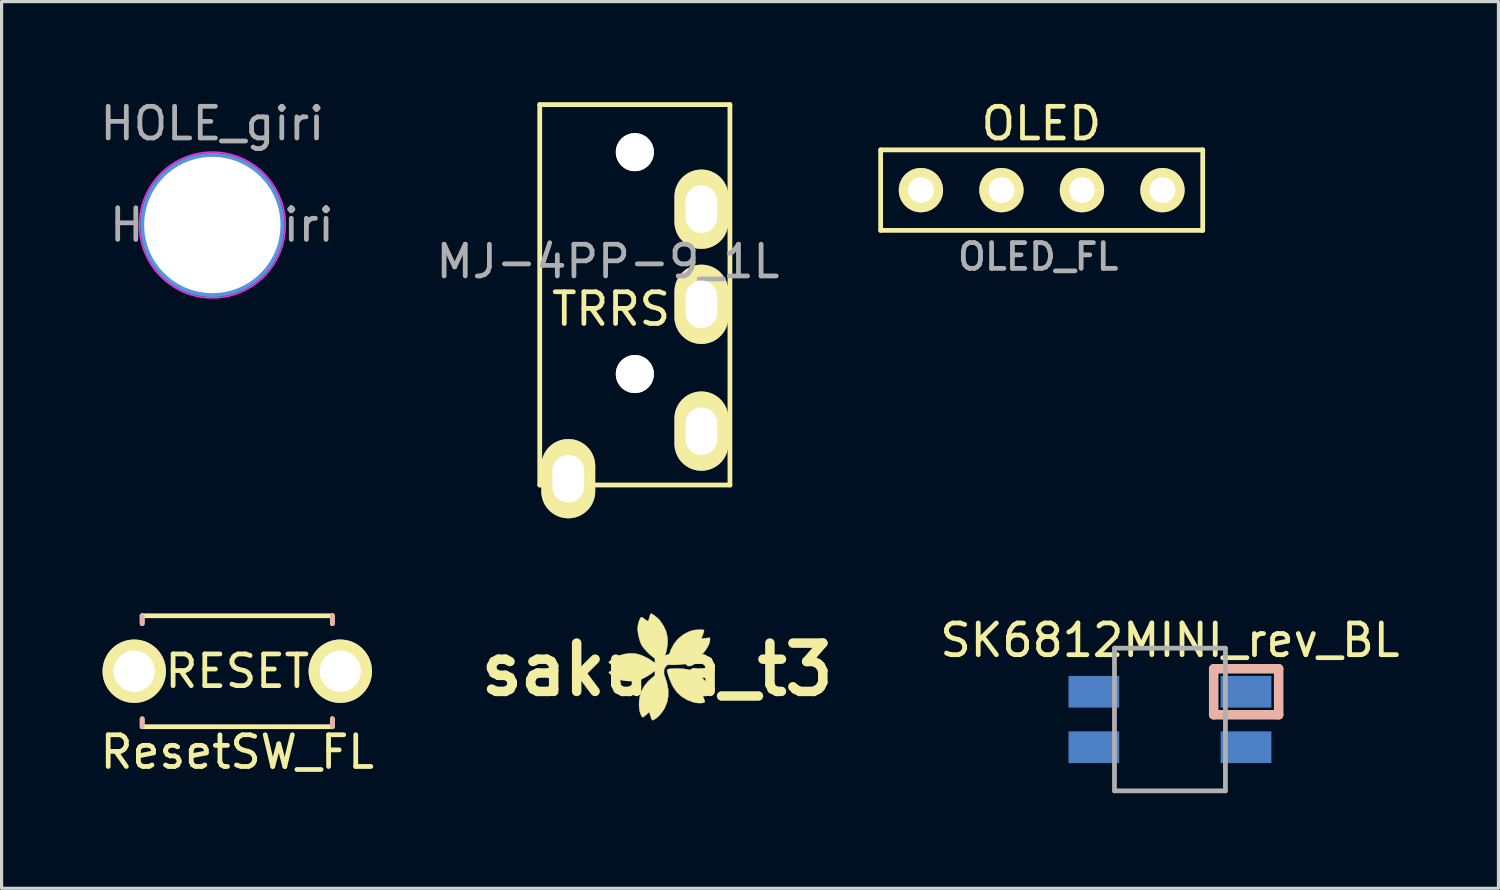
<source format=kicad_pcb>
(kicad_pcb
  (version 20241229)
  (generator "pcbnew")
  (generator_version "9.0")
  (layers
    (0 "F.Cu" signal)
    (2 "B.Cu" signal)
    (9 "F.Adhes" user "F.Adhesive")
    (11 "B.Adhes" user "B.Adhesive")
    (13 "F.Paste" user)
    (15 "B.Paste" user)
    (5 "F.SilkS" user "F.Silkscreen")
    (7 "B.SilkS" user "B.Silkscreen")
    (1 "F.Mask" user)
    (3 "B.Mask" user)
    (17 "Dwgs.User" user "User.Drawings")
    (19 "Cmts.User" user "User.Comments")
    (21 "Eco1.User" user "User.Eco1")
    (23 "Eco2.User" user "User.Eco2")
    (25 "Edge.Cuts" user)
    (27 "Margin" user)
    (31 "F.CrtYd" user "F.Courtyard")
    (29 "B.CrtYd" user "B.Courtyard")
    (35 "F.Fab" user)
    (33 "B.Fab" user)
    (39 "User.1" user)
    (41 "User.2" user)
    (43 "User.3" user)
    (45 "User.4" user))
  (footprint "OLED_FL"
    (layer "F.Cu")
    (at 26.002 2.948)
    (property "Reference" "OLED_FL" (at 3.7 2.1 180) (layer "F.Fab") (effects (font (size 0.813 0.813) (thickness 0.15))))
    (attr through_hole)
    (fp_line (start -1.27 -1.27) (end 8.89 -1.27) (stroke (width 0.15) (type solid)) (layer "F.SilkS"))
    (fp_line (start -1.27 1.27) (end -1.27 -1.27) (stroke (width 0.15) (type solid)) (layer "F.SilkS"))
    (fp_line (start -1.27 1.27) (end 8.89 1.27) (stroke (width 0.15) (type solid)) (layer "F.SilkS"))
    (fp_line (start 8.89 -1.27) (end 8.89 1.27) (stroke (width 0.15) (type solid)) (layer "F.SilkS"))
    (fp_text user "OLED" (at 3.8 -2.1 0) (layer "F.SilkS") (effects (font (size 1 1) (thickness 0.15))))
    (pad "1" thru_hole circle (at 0 0) (size 1.397 1.397) (drill 0.813) (layers "*.Cu" "*.Mask" "F.SilkS"))
    (pad "2" thru_hole circle (at 2.54 0) (size 1.397 1.397) (drill 0.813) (layers "*.Cu" "*.Mask" "F.SilkS"))
    (pad "3" thru_hole circle (at 5.08 0) (size 1.397 1.397) (drill 0.813) (layers "*.Cu" "*.Mask" "F.SilkS"))
    (pad "4" thru_hole circle (at 7.62 0) (size 1.397 1.397) (drill 0.813) (layers "*.Cu" "*.Mask" "F.SilkS")))
  (footprint "sakura_t3"
    (layer "F.Cu")
    (at 18.032 17.922)
    (property "Reference" "sakura_t3" (at -0.35 0.15 0) (layer "F.SilkS") (effects (font (size 1.524 1.524) (thickness 0.3))))
    (attr through_hole)
    (fp_poly (pts (xy -1.043 -0.356) (xy -1.013 -0.351) (xy -0.822 -0.293) (xy -0.631 -0.2) (xy -0.451 -0.08) (xy -0.377 -0.017) (xy -0.29 0.062) (xy -0.36 0.135) (xy -0.452 0.217) (xy -0.572 0.303) (xy -0.706 0.385) (xy -0.817 0.442) (xy -0.897 0.477) (xy -0.967 0.497) (xy -1.045 0.509) (xy -1.147 0.514) (xy -1.149 0.514) (xy -1.252 0.513) (xy -1.353 0.507) (xy -1.433 0.495) (xy -1.445 0.492) (xy -1.608 0.438) (xy -1.739 0.369) (xy -1.812 0.31) (xy -1.882 0.24) (xy -1.763 0.161) (xy -1.645 0.082) (xy -1.762 0.011) (xy -1.822 -0.027) (xy -1.864 -0.058) (xy -1.879 -0.075) (xy -1.864 -0.096) (xy -1.827 -0.133) (xy -1.81 -0.148) (xy -1.684 -0.231) (xy -1.532 -0.298) (xy -1.365 -0.343) (xy -1.198 -0.363) (xy -1.043 -0.356)) (stroke (width 0.01) (type solid)) (fill yes) (layer "F.SilkS"))
    (fp_poly (pts (xy 0.457 0.123) (xy 0.613 0.147) (xy 0.75 0.19) (xy 0.838 0.231) (xy 0.952 0.304) (xy 1.062 0.399) (xy 1.161 0.508) (xy 1.243 0.622) (xy 1.303 0.734) (xy 1.335 0.837) (xy 1.338 0.876) (xy 1.338 0.949) (xy 1.067 0.92) (xy 1.117 1.043) (xy 1.14 1.11) (xy 1.152 1.16) (xy 1.15 1.183) (xy 1.111 1.199) (xy 1.043 1.208) (xy 0.96 1.208) (xy 0.873 1.2) (xy 0.809 1.187) (xy 0.601 1.111) (xy 0.423 1.004) (xy 0.273 0.867) (xy 0.153 0.698) (xy 0.113 0.621) (xy 0.07 0.525) (xy 0.03 0.421) (xy -0.003 0.32) (xy -0.027 0.232) (xy -0.038 0.171) (xy -0.038 0.165) (xy -0.019 0.144) (xy 0.036 0.128) (xy 0.13 0.119) (xy 0.265 0.116) (xy 0.272 0.116) (xy 0.457 0.123)) (stroke (width 0.01) (type solid)) (fill yes) (layer "F.SilkS"))
    (fp_poly (pts (xy 1.082 -1.105) (xy 1.121 -1.099) (xy 1.126 -1.096) (xy 1.128 -1.068) (xy 1.115 -1.014) (xy 1.093 -0.953) (xy 1.042 -0.828) (xy 1.18 -0.841) (xy 1.317 -0.854) (xy 1.317 -0.786) (xy 1.301 -0.695) (xy 1.256 -0.588) (xy 1.186 -0.473) (xy 1.098 -0.361) (xy 1.047 -0.306) (xy 0.899 -0.179) (xy 0.743 -0.09) (xy 0.576 -0.034) (xy 0.494 -0.02) (xy 0.386 -0.008) (xy 0.268 -0.00032) (xy 0.156 0.003) (xy 0.064 0.001) (xy 0.042 -0.002) (xy -0.001 -0.01) (xy -0.027 -0.027) (xy -0.037 -0.061) (xy -0.031 -0.117) (xy -0.01 -0.203) (xy 0.005 -0.259) (xy 0.083 -0.48) (xy 0.184 -0.666) (xy 0.31 -0.821) (xy 0.463 -0.945) (xy 0.588 -1.015) (xy 0.683 -1.058) (xy 0.762 -1.084) (xy 0.842 -1.098) (xy 0.932 -1.105) (xy 1.015 -1.108) (xy 1.082 -1.105)) (stroke (width 0.01) (type solid)) (fill yes) (layer "F.SilkS"))
    (fp_poly (pts (xy -0.181 0.222) (xy -0.15 0.275) (xy -0.115 0.353) (xy -0.08 0.449) (xy -0.047 0.556) (xy -0.045 0.563) (xy -0.002 0.78) (xy 0.001 0.983) (xy -0.035 1.176) (xy -0.111 1.361) (xy -0.136 1.407) (xy -0.201 1.502) (xy -0.275 1.591) (xy -0.353 1.666) (xy -0.426 1.72) (xy -0.487 1.747) (xy -0.502 1.748) (xy -0.518 1.73) (xy -0.54 1.681) (xy -0.561 1.619) (xy -0.599 1.491) (xy -0.702 1.581) (xy -0.758 1.629) (xy -0.792 1.652) (xy -0.813 1.654) (xy -0.83 1.637) (xy -0.835 1.631) (xy -0.881 1.539) (xy -0.911 1.418) (xy -0.923 1.279) (xy -0.918 1.13) (xy -0.895 0.991) (xy -0.838 0.817) (xy -0.753 0.664) (xy -0.634 0.52) (xy -0.621 0.508) (xy -0.556 0.448) (xy -0.479 0.383) (xy -0.398 0.321) (xy -0.321 0.266) (xy -0.256 0.225) (xy -0.212 0.205) (xy -0.204 0.203) (xy -0.181 0.222)) (stroke (width 0.01) (type solid)) (fill yes) (layer "F.SilkS"))
    (fp_poly (pts (xy -0.511 -1.603) (xy -0.454 -1.568) (xy -0.388 -1.518) (xy -0.323 -1.462) (xy -0.272 -1.409) (xy -0.267 -1.403) (xy -0.145 -1.224) (xy -0.063 -1.041) (xy -0.023 -0.852) (xy -0.021 -0.652) (xy -0.05 -0.472) (xy -0.074 -0.379) (xy -0.104 -0.285) (xy -0.135 -0.199) (xy -0.165 -0.129) (xy -0.19 -0.087) (xy -0.2 -0.078) (xy -0.226 -0.085) (xy -0.277 -0.109) (xy -0.344 -0.145) (xy -0.355 -0.151) (xy -0.462 -0.223) (xy -0.573 -0.315) (xy -0.679 -0.417) (xy -0.77 -0.52) (xy -0.837 -0.615) (xy -0.851 -0.64) (xy -0.891 -0.738) (xy -0.926 -0.861) (xy -0.953 -0.99) (xy -0.968 -1.109) (xy -0.969 -1.15) (xy -0.961 -1.23) (xy -0.94 -1.322) (xy -0.912 -1.409) (xy -0.881 -1.474) (xy -0.877 -1.479) (xy -0.858 -1.5) (xy -0.838 -1.504) (xy -0.807 -1.488) (xy -0.755 -1.449) (xy -0.744 -1.441) (xy -0.689 -1.399) (xy -0.654 -1.382) (xy -0.631 -1.392) (xy -0.612 -1.435) (xy -0.591 -1.514) (xy -0.588 -1.527) (xy -0.571 -1.582) (xy -0.554 -1.614) (xy -0.549 -1.617) (xy -0.511 -1.603)) (stroke (width 0.01) (type solid)) (fill yes) (layer "F.SilkS")))
  (footprint "HOLE_giri"
    (layer "F.Cu")
    (at 3.649 4.048)
    (property "Reference" "HOLE_giri" (at 0 -3.2 0) (layer "F.Fab") (effects (font (size 1 1) (thickness 0.15))))
    (attr exclude_from_pos_files exclude_from_bom)
    (fp_circle (center 0 0) (end 2.2 0) (stroke (width 0.15) (type solid)) (fill no) (layer "Cmts.User"))
    (fp_circle (center 0 0) (end 2.3 0) (stroke (width 0.05) (type solid)) (fill no) (layer "F.CrtYd"))
    (fp_text user "${REFERENCE}" (at 0.3 0 0) (layer "F.Fab") (effects (font (size 1 1) (thickness 0.15))))
    (pad "" np_thru_hole circle (at 0 0) (size 4.5 4.5) (drill 4.3) (layers "*.Cu" "*.Mask")))
  (footprint "SK6812MINI_rev_BL"
    (layer "F.Cu")
    (at 33.858 19.648)
    (property "Reference" "SK6812MINI_rev_BL" (at 0 -2.5 0) (layer "F.SilkS") (effects (font (size 1 1) (thickness 0.15))))
    (attr through_hole)
    (fp_line (start 1.38 -1.6) (end 3.43 -1.6) (stroke (width 0.3) (type solid)) (layer "B.SilkS"))
    (fp_line (start 1.38 -0.15) (end 1.38 -1.6) (stroke (width 0.3) (type solid)) (layer "B.SilkS"))
    (fp_line (start 3.43 -1.6) (end 3.43 -0.15) (stroke (width 0.3) (type solid)) (layer "B.SilkS"))
    (fp_line (start 3.43 -0.15) (end 1.38 -0.15) (stroke (width 0.3) (type solid)) (layer "B.SilkS"))
    (fp_line (start -1.75 -2.25) (end -1.75 2.25) (stroke (width 0.15) (type solid)) (layer "F.Fab"))
    (fp_line (start -1.75 -2.25) (end 1.75 -2.25) (stroke (width 0.15) (type solid)) (layer "F.Fab"))
    (fp_line (start 1.75 -2.25) (end 1.75 2.25) (stroke (width 0.15) (type solid)) (layer "F.Fab"))
    (fp_line (start 1.75 2.25) (end -1.75 2.25) (stroke (width 0.15) (type solid)) (layer "F.Fab"))
    (pad "1" smd rect (at -2.4 -0.875) (size 1.6 1) (layers "B.Cu" "B.Mask" "B.Paste"))
    (pad "2" smd rect (at -2.4 0.875) (size 1.6 1) (layers "B.Cu" "B.Mask" "B.Paste"))
    (pad "3" smd rect (at 2.4 0.875) (size 1.6 1) (layers "B.Cu" "B.Mask" "B.Paste"))
    (pad "4" smd rect (at 2.4 -0.875) (size 1.6 1) (layers "B.Cu" "B.Mask" "B.Paste")))
  (footprint "MJ-4PP-9_1L"
    (layer "F.Cu")
    (at 16.977 0.25)
    (property "Reference" "MJ-4PP-9_1L" (at -0.85 4.95 0) (layer "F.Fab") (effects (font (size 1 1) (thickness 0.15))))
    (attr through_hole)
    (fp_line (start -3 0) (end 3 0) (stroke (width 0.15) (type solid)) (layer "F.SilkS"))
    (fp_line (start -3 12) (end -3 0) (stroke (width 0.15) (type solid)) (layer "F.SilkS"))
    (fp_line (start 3 0) (end 3 12) (stroke (width 0.15) (type solid)) (layer "F.SilkS"))
    (fp_line (start 3 12) (end -3 12) (stroke (width 0.15) (type solid)) (layer "F.SilkS"))
    (fp_text user "TRRS" (at -0.75 6.45 0) (layer "F.SilkS") (effects (font (size 1 1) (thickness 0.15))))
    (pad "" np_thru_hole circle (at 0 1.5) (size 1.2 1.2) (drill 1.2) (layers "*.Cu" "*.Mask" "F.SilkS"))
    (pad "" np_thru_hole circle (at 0 8.5) (size 1.2 1.2) (drill 1.2) (layers "*.Cu" "*.Mask" "F.SilkS"))
    (pad "A" thru_hole oval (at -2.1 11.8) (size 1.7 2.5) (drill oval 1 1.5) (layers "*.Cu" "*.Mask" "F.SilkS"))
    (pad "B" thru_hole oval (at 2.1 3.3) (size 1.7 2.5) (drill oval 1 1.5) (layers "*.Cu" "*.Mask" "F.SilkS"))
    (pad "C" thru_hole oval (at 2.1 6.3) (size 1.7 2.5) (drill oval 1 1.5) (layers "*.Cu" "*.Mask" "F.SilkS"))
    (pad "D" thru_hole oval (at 2.1 10.3) (size 1.7 2.5) (drill oval 1 1.5) (layers "*.Cu" "*.Mask" "F.SilkS")))
  (footprint "ResetSW_FL"
    (layer "F.Cu")
    (at 4.435 18.125)
    (property "Reference" "ResetSW_FL" (at 0 2.55 0) (layer "F.SilkS") (effects (font (size 1 1) (thickness 0.15))))
    (attr through_hole)
    (fp_line (start -3 -1.75) (end -3 -1.5) (stroke (width 0.15) (type solid)) (layer "F.SilkS"))
    (fp_line (start -3 -1.75) (end 3 -1.75) (stroke (width 0.15) (type solid)) (layer "F.SilkS"))
    (fp_line (start -3 1.75) (end -3 1.5) (stroke (width 0.15) (type solid)) (layer "F.SilkS"))
    (fp_line (start -3 1.75) (end 3 1.75) (stroke (width 0.15) (type solid)) (layer "F.SilkS"))
    (fp_line (start 3 -1.75) (end 3 -1.5) (stroke (width 0.15) (type solid)) (layer "F.SilkS"))
    (fp_line (start 3 1.75) (end 3 1.5) (stroke (width 0.15) (type solid)) (layer "F.SilkS"))
    (fp_line (start -3 -1.5) (end -3 -1.75) (stroke (width 0.15) (type solid)) (layer "B.SilkS"))
    (fp_line (start -3 1.75) (end -3 1.5) (stroke (width 0.15) (type solid)) (layer "B.SilkS"))
    (fp_line (start 3 -1.75) (end 3 -1.5) (stroke (width 0.15) (type solid)) (layer "B.SilkS"))
    (fp_line (start 3 1.5) (end 3 1.75) (stroke (width 0.15) (type solid)) (layer "B.SilkS"))
    (fp_text user "RESET" (at 0 0 0) (layer "F.SilkS") (effects (font (size 1 1) (thickness 0.15))))
    (pad "1" thru_hole circle (at 3.25 0) (size 2 2) (drill 1.3) (layers "*.Cu" "*.Mask" "F.SilkS"))
    (pad "2" thru_hole circle (at -3.25 0) (size 2 2) (drill 1.3) (layers "*.Cu" "*.Mask" "F.SilkS")))
  (gr_rect
    (start -3 -3)
    (end 44.221 24.973)
    (stroke (width 0.1) (type default))
    (fill no)
    (layer "Edge.Cuts")))
</source>
